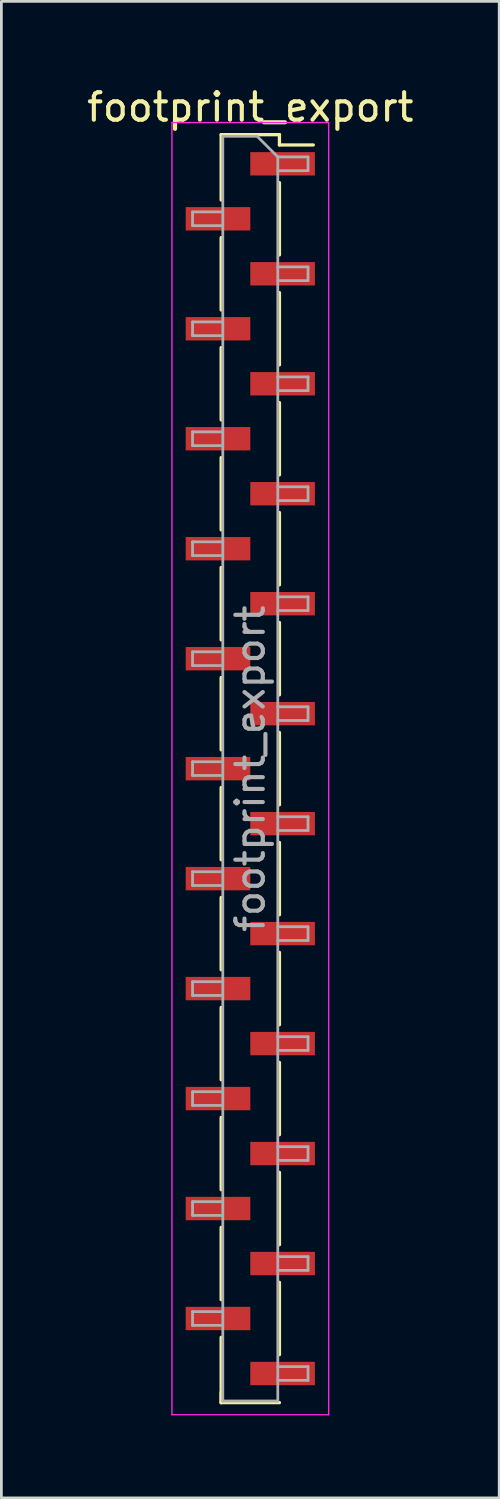
<source format=kicad_pcb>
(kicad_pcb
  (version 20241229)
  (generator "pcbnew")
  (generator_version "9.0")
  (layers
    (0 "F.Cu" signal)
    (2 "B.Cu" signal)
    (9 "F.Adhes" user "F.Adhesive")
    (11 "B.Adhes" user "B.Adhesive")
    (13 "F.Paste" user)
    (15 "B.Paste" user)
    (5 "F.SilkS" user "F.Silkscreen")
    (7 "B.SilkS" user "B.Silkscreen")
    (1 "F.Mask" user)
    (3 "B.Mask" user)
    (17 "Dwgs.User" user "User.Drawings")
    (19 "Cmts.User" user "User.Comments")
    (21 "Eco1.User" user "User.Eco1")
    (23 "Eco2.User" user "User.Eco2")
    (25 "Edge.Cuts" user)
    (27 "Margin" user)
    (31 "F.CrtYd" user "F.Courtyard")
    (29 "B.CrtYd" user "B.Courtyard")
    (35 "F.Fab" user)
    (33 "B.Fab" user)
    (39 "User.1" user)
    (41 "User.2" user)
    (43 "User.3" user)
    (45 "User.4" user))
  (footprint "footprint_export"
    (layer "F.Cu")
    (at 6.054 24.908)
    (property "Reference" "footprint_export" (at 0 -24.06 0) (layer "F.SilkS") (effects (font (size 1 1) (thickness 0.15))))
    (attr smd)
    (fp_line (start -1.06 -23.06) (end -1.06 -20.685) (stroke (width 0.12) (type solid)) (layer "F.SilkS"))
    (fp_line (start -1.06 -23.06) (end 1.06 -23.06) (stroke (width 0.12) (type solid)) (layer "F.SilkS"))
    (fp_line (start -1.06 -19.315) (end -1.06 -16.685) (stroke (width 0.12) (type solid)) (layer "F.SilkS"))
    (fp_line (start -1.06 -15.315) (end -1.06 -12.685) (stroke (width 0.12) (type solid)) (layer "F.SilkS"))
    (fp_line (start -1.06 -11.315) (end -1.06 -8.685) (stroke (width 0.12) (type solid)) (layer "F.SilkS"))
    (fp_line (start -1.06 -7.315) (end -1.06 -4.685) (stroke (width 0.12) (type solid)) (layer "F.SilkS"))
    (fp_line (start -1.06 -3.315) (end -1.06 -0.685) (stroke (width 0.12) (type solid)) (layer "F.SilkS"))
    (fp_line (start -1.06 0.685) (end -1.06 3.315) (stroke (width 0.12) (type solid)) (layer "F.SilkS"))
    (fp_line (start -1.06 4.685) (end -1.06 7.315) (stroke (width 0.12) (type solid)) (layer "F.SilkS"))
    (fp_line (start -1.06 8.685) (end -1.06 11.315) (stroke (width 0.12) (type solid)) (layer "F.SilkS"))
    (fp_line (start -1.06 12.685) (end -1.06 15.315) (stroke (width 0.12) (type solid)) (layer "F.SilkS"))
    (fp_line (start -1.06 16.685) (end -1.06 19.315) (stroke (width 0.12) (type solid)) (layer "F.SilkS"))
    (fp_line (start -1.06 20.685) (end -1.06 23.06) (stroke (width 0.12) (type solid)) (layer "F.SilkS"))
    (fp_line (start -1.06 22.685) (end -1.06 23.06) (stroke (width 0.12) (type solid)) (layer "F.SilkS"))
    (fp_line (start -1.06 23.06) (end 1.06 23.06) (stroke (width 0.12) (type solid)) (layer "F.SilkS"))
    (fp_line (start 1.06 -23.06) (end 1.06 -22.685) (stroke (width 0.12) (type solid)) (layer "F.SilkS"))
    (fp_line (start 1.06 -22.685) (end 2.29 -22.685) (stroke (width 0.12) (type solid)) (layer "F.SilkS"))
    (fp_line (start 1.06 -21.315) (end 1.06 -18.685) (stroke (width 0.12) (type solid)) (layer "F.SilkS"))
    (fp_line (start 1.06 -17.315) (end 1.06 -14.685) (stroke (width 0.12) (type solid)) (layer "F.SilkS"))
    (fp_line (start 1.06 -13.315) (end 1.06 -10.685) (stroke (width 0.12) (type solid)) (layer "F.SilkS"))
    (fp_line (start 1.06 -9.315) (end 1.06 -6.685) (stroke (width 0.12) (type solid)) (layer "F.SilkS"))
    (fp_line (start 1.06 -5.315) (end 1.06 -2.685) (stroke (width 0.12) (type solid)) (layer "F.SilkS"))
    (fp_line (start 1.06 -1.315) (end 1.06 1.315) (stroke (width 0.12) (type solid)) (layer "F.SilkS"))
    (fp_line (start 1.06 2.685) (end 1.06 5.315) (stroke (width 0.12) (type solid)) (layer "F.SilkS"))
    (fp_line (start 1.06 6.685) (end 1.06 9.315) (stroke (width 0.12) (type solid)) (layer "F.SilkS"))
    (fp_line (start 1.06 10.685) (end 1.06 13.315) (stroke (width 0.12) (type solid)) (layer "F.SilkS"))
    (fp_line (start 1.06 14.685) (end 1.06 17.315) (stroke (width 0.12) (type solid)) (layer "F.SilkS"))
    (fp_line (start 1.06 18.685) (end 1.06 21.315) (stroke (width 0.12) (type solid)) (layer "F.SilkS"))
    (fp_line (start -2.85 -23.5) (end -2.85 23.5) (stroke (width 0.05) (type solid)) (layer "F.CrtYd"))
    (fp_line (start -2.85 23.5) (end 2.85 23.5) (stroke (width 0.05) (type solid)) (layer "F.CrtYd"))
    (fp_line (start 2.85 -23.5) (end -2.85 -23.5) (stroke (width 0.05) (type solid)) (layer "F.CrtYd"))
    (fp_line (start 2.85 23.5) (end 2.85 -23.5) (stroke (width 0.05) (type solid)) (layer "F.CrtYd"))
    (fp_line (start -2.1 -20.25) (end -2.1 -19.75) (stroke (width 0.1) (type solid)) (layer "F.Fab"))
    (fp_line (start -2.1 -19.75) (end -1 -19.75) (stroke (width 0.1) (type solid)) (layer "F.Fab"))
    (fp_line (start -2.1 -16.25) (end -2.1 -15.75) (stroke (width 0.1) (type solid)) (layer "F.Fab"))
    (fp_line (start -2.1 -15.75) (end -1 -15.75) (stroke (width 0.1) (type solid)) (layer "F.Fab"))
    (fp_line (start -2.1 -12.25) (end -2.1 -11.75) (stroke (width 0.1) (type solid)) (layer "F.Fab"))
    (fp_line (start -2.1 -11.75) (end -1 -11.75) (stroke (width 0.1) (type solid)) (layer "F.Fab"))
    (fp_line (start -2.1 -8.25) (end -2.1 -7.75) (stroke (width 0.1) (type solid)) (layer "F.Fab"))
    (fp_line (start -2.1 -7.75) (end -1 -7.75) (stroke (width 0.1) (type solid)) (layer "F.Fab"))
    (fp_line (start -2.1 -4.25) (end -2.1 -3.75) (stroke (width 0.1) (type solid)) (layer "F.Fab"))
    (fp_line (start -2.1 -3.75) (end -1 -3.75) (stroke (width 0.1) (type solid)) (layer "F.Fab"))
    (fp_line (start -2.1 -0.25) (end -2.1 0.25) (stroke (width 0.1) (type solid)) (layer "F.Fab"))
    (fp_line (start -2.1 0.25) (end -1 0.25) (stroke (width 0.1) (type solid)) (layer "F.Fab"))
    (fp_line (start -2.1 3.75) (end -2.1 4.25) (stroke (width 0.1) (type solid)) (layer "F.Fab"))
    (fp_line (start -2.1 4.25) (end -1 4.25) (stroke (width 0.1) (type solid)) (layer "F.Fab"))
    (fp_line (start -2.1 7.75) (end -2.1 8.25) (stroke (width 0.1) (type solid)) (layer "F.Fab"))
    (fp_line (start -2.1 8.25) (end -1 8.25) (stroke (width 0.1) (type solid)) (layer "F.Fab"))
    (fp_line (start -2.1 11.75) (end -2.1 12.25) (stroke (width 0.1) (type solid)) (layer "F.Fab"))
    (fp_line (start -2.1 12.25) (end -1 12.25) (stroke (width 0.1) (type solid)) (layer "F.Fab"))
    (fp_line (start -2.1 15.75) (end -2.1 16.25) (stroke (width 0.1) (type solid)) (layer "F.Fab"))
    (fp_line (start -2.1 16.25) (end -1 16.25) (stroke (width 0.1) (type solid)) (layer "F.Fab"))
    (fp_line (start -2.1 19.75) (end -2.1 20.25) (stroke (width 0.1) (type solid)) (layer "F.Fab"))
    (fp_line (start -2.1 20.25) (end -1 20.25) (stroke (width 0.1) (type solid)) (layer "F.Fab"))
    (fp_line (start -1 -23) (end -1 23) (stroke (width 0.1) (type solid)) (layer "F.Fab"))
    (fp_line (start -1 -23) (end 0.25 -23) (stroke (width 0.1) (type solid)) (layer "F.Fab"))
    (fp_line (start -1 -20.25) (end -2.1 -20.25) (stroke (width 0.1) (type solid)) (layer "F.Fab"))
    (fp_line (start -1 -16.25) (end -2.1 -16.25) (stroke (width 0.1) (type solid)) (layer "F.Fab"))
    (fp_line (start -1 -12.25) (end -2.1 -12.25) (stroke (width 0.1) (type solid)) (layer "F.Fab"))
    (fp_line (start -1 -8.25) (end -2.1 -8.25) (stroke (width 0.1) (type solid)) (layer "F.Fab"))
    (fp_line (start -1 -4.25) (end -2.1 -4.25) (stroke (width 0.1) (type solid)) (layer "F.Fab"))
    (fp_line (start -1 -0.25) (end -2.1 -0.25) (stroke (width 0.1) (type solid)) (layer "F.Fab"))
    (fp_line (start -1 3.75) (end -2.1 3.75) (stroke (width 0.1) (type solid)) (layer "F.Fab"))
    (fp_line (start -1 7.75) (end -2.1 7.75) (stroke (width 0.1) (type solid)) (layer "F.Fab"))
    (fp_line (start -1 11.75) (end -2.1 11.75) (stroke (width 0.1) (type solid)) (layer "F.Fab"))
    (fp_line (start -1 15.75) (end -2.1 15.75) (stroke (width 0.1) (type solid)) (layer "F.Fab"))
    (fp_line (start -1 19.75) (end -2.1 19.75) (stroke (width 0.1) (type solid)) (layer "F.Fab"))
    (fp_line (start 1 -22.25) (end 0.25 -23) (stroke (width 0.1) (type solid)) (layer "F.Fab"))
    (fp_line (start 1 -22.25) (end 2.1 -22.25) (stroke (width 0.1) (type solid)) (layer "F.Fab"))
    (fp_line (start 1 -18.25) (end 2.1 -18.25) (stroke (width 0.1) (type solid)) (layer "F.Fab"))
    (fp_line (start 1 -14.25) (end 2.1 -14.25) (stroke (width 0.1) (type solid)) (layer "F.Fab"))
    (fp_line (start 1 -10.25) (end 2.1 -10.25) (stroke (width 0.1) (type solid)) (layer "F.Fab"))
    (fp_line (start 1 -6.25) (end 2.1 -6.25) (stroke (width 0.1) (type solid)) (layer "F.Fab"))
    (fp_line (start 1 -2.25) (end 2.1 -2.25) (stroke (width 0.1) (type solid)) (layer "F.Fab"))
    (fp_line (start 1 1.75) (end 2.1 1.75) (stroke (width 0.1) (type solid)) (layer "F.Fab"))
    (fp_line (start 1 5.75) (end 2.1 5.75) (stroke (width 0.1) (type solid)) (layer "F.Fab"))
    (fp_line (start 1 9.75) (end 2.1 9.75) (stroke (width 0.1) (type solid)) (layer "F.Fab"))
    (fp_line (start 1 13.75) (end 2.1 13.75) (stroke (width 0.1) (type solid)) (layer "F.Fab"))
    (fp_line (start 1 17.75) (end 2.1 17.75) (stroke (width 0.1) (type solid)) (layer "F.Fab"))
    (fp_line (start 1 21.75) (end 2.1 21.75) (stroke (width 0.1) (type solid)) (layer "F.Fab"))
    (fp_line (start 1 23) (end -1 23) (stroke (width 0.1) (type solid)) (layer "F.Fab"))
    (fp_line (start 1 23) (end 1 -22.25) (stroke (width 0.1) (type solid)) (layer "F.Fab"))
    (fp_line (start 2.1 -22.25) (end 2.1 -21.75) (stroke (width 0.1) (type solid)) (layer "F.Fab"))
    (fp_line (start 2.1 -21.75) (end 1 -21.75) (stroke (width 0.1) (type solid)) (layer "F.Fab"))
    (fp_line (start 2.1 -18.25) (end 2.1 -17.75) (stroke (width 0.1) (type solid)) (layer "F.Fab"))
    (fp_line (start 2.1 -17.75) (end 1 -17.75) (stroke (width 0.1) (type solid)) (layer "F.Fab"))
    (fp_line (start 2.1 -14.25) (end 2.1 -13.75) (stroke (width 0.1) (type solid)) (layer "F.Fab"))
    (fp_line (start 2.1 -13.75) (end 1 -13.75) (stroke (width 0.1) (type solid)) (layer "F.Fab"))
    (fp_line (start 2.1 -10.25) (end 2.1 -9.75) (stroke (width 0.1) (type solid)) (layer "F.Fab"))
    (fp_line (start 2.1 -9.75) (end 1 -9.75) (stroke (width 0.1) (type solid)) (layer "F.Fab"))
    (fp_line (start 2.1 -6.25) (end 2.1 -5.75) (stroke (width 0.1) (type solid)) (layer "F.Fab"))
    (fp_line (start 2.1 -5.75) (end 1 -5.75) (stroke (width 0.1) (type solid)) (layer "F.Fab"))
    (fp_line (start 2.1 -2.25) (end 2.1 -1.75) (stroke (width 0.1) (type solid)) (layer "F.Fab"))
    (fp_line (start 2.1 -1.75) (end 1 -1.75) (stroke (width 0.1) (type solid)) (layer "F.Fab"))
    (fp_line (start 2.1 1.75) (end 2.1 2.25) (stroke (width 0.1) (type solid)) (layer "F.Fab"))
    (fp_line (start 2.1 2.25) (end 1 2.25) (stroke (width 0.1) (type solid)) (layer "F.Fab"))
    (fp_line (start 2.1 5.75) (end 2.1 6.25) (stroke (width 0.1) (type solid)) (layer "F.Fab"))
    (fp_line (start 2.1 6.25) (end 1 6.25) (stroke (width 0.1) (type solid)) (layer "F.Fab"))
    (fp_line (start 2.1 9.75) (end 2.1 10.25) (stroke (width 0.1) (type solid)) (layer "F.Fab"))
    (fp_line (start 2.1 10.25) (end 1 10.25) (stroke (width 0.1) (type solid)) (layer "F.Fab"))
    (fp_line (start 2.1 13.75) (end 2.1 14.25) (stroke (width 0.1) (type solid)) (layer "F.Fab"))
    (fp_line (start 2.1 14.25) (end 1 14.25) (stroke (width 0.1) (type solid)) (layer "F.Fab"))
    (fp_line (start 2.1 17.75) (end 2.1 18.25) (stroke (width 0.1) (type solid)) (layer "F.Fab"))
    (fp_line (start 2.1 18.25) (end 1 18.25) (stroke (width 0.1) (type solid)) (layer "F.Fab"))
    (fp_line (start 2.1 21.75) (end 2.1 22.25) (stroke (width 0.1) (type solid)) (layer "F.Fab"))
    (fp_line (start 2.1 22.25) (end 1 22.25) (stroke (width 0.1) (type solid)) (layer "F.Fab"))
    (fp_text user "${REFERENCE}" (at 0 0 90) (layer "F.Fab") (effects (font (size 1 1) (thickness 0.15))))
    (pad "1" smd rect (at 1.175 -22) (size 2.35 0.85) (layers "F.Cu" "F.Mask" "F.Paste"))
    (pad "2" smd rect (at -1.175 -20) (size 2.35 0.85) (layers "F.Cu" "F.Mask" "F.Paste"))
    (pad "3" smd rect (at 1.175 -18) (size 2.35 0.85) (layers "F.Cu" "F.Mask" "F.Paste"))
    (pad "4" smd rect (at -1.175 -16) (size 2.35 0.85) (layers "F.Cu" "F.Mask" "F.Paste"))
    (pad "5" smd rect (at 1.175 -14) (size 2.35 0.85) (layers "F.Cu" "F.Mask" "F.Paste"))
    (pad "6" smd rect (at -1.175 -12) (size 2.35 0.85) (layers "F.Cu" "F.Mask" "F.Paste"))
    (pad "7" smd rect (at 1.175 -10) (size 2.35 0.85) (layers "F.Cu" "F.Mask" "F.Paste"))
    (pad "8" smd rect (at -1.175 -8) (size 2.35 0.85) (layers "F.Cu" "F.Mask" "F.Paste"))
    (pad "9" smd rect (at 1.175 -6) (size 2.35 0.85) (layers "F.Cu" "F.Mask" "F.Paste"))
    (pad "10" smd rect (at -1.175 -4) (size 2.35 0.85) (layers "F.Cu" "F.Mask" "F.Paste"))
    (pad "11" smd rect (at 1.175 -2) (size 2.35 0.85) (layers "F.Cu" "F.Mask" "F.Paste"))
    (pad "12" smd rect (at -1.175 0) (size 2.35 0.85) (layers "F.Cu" "F.Mask" "F.Paste"))
    (pad "13" smd rect (at 1.175 2) (size 2.35 0.85) (layers "F.Cu" "F.Mask" "F.Paste"))
    (pad "14" smd rect (at -1.175 4) (size 2.35 0.85) (layers "F.Cu" "F.Mask" "F.Paste"))
    (pad "15" smd rect (at 1.175 6) (size 2.35 0.85) (layers "F.Cu" "F.Mask" "F.Paste"))
    (pad "16" smd rect (at -1.175 8) (size 2.35 0.85) (layers "F.Cu" "F.Mask" "F.Paste"))
    (pad "17" smd rect (at 1.175 10) (size 2.35 0.85) (layers "F.Cu" "F.Mask" "F.Paste"))
    (pad "18" smd rect (at -1.175 12) (size 2.35 0.85) (layers "F.Cu" "F.Mask" "F.Paste"))
    (pad "19" smd rect (at 1.175 14) (size 2.35 0.85) (layers "F.Cu" "F.Mask" "F.Paste"))
    (pad "20" smd rect (at -1.175 16) (size 2.35 0.85) (layers "F.Cu" "F.Mask" "F.Paste"))
    (pad "21" smd rect (at 1.175 18) (size 2.35 0.85) (layers "F.Cu" "F.Mask" "F.Paste"))
    (pad "22" smd rect (at -1.175 20) (size 2.35 0.85) (layers "F.Cu" "F.Mask" "F.Paste"))
    (pad "23" smd rect (at 1.175 22) (size 2.35 0.85) (layers "F.Cu" "F.Mask" "F.Paste")))
  (gr_rect
    (start -3 -3)
    (end 15.107 51.433)
    (stroke (width 0.1) (type default))
    (fill no)
    (layer "Edge.Cuts")))
</source>
